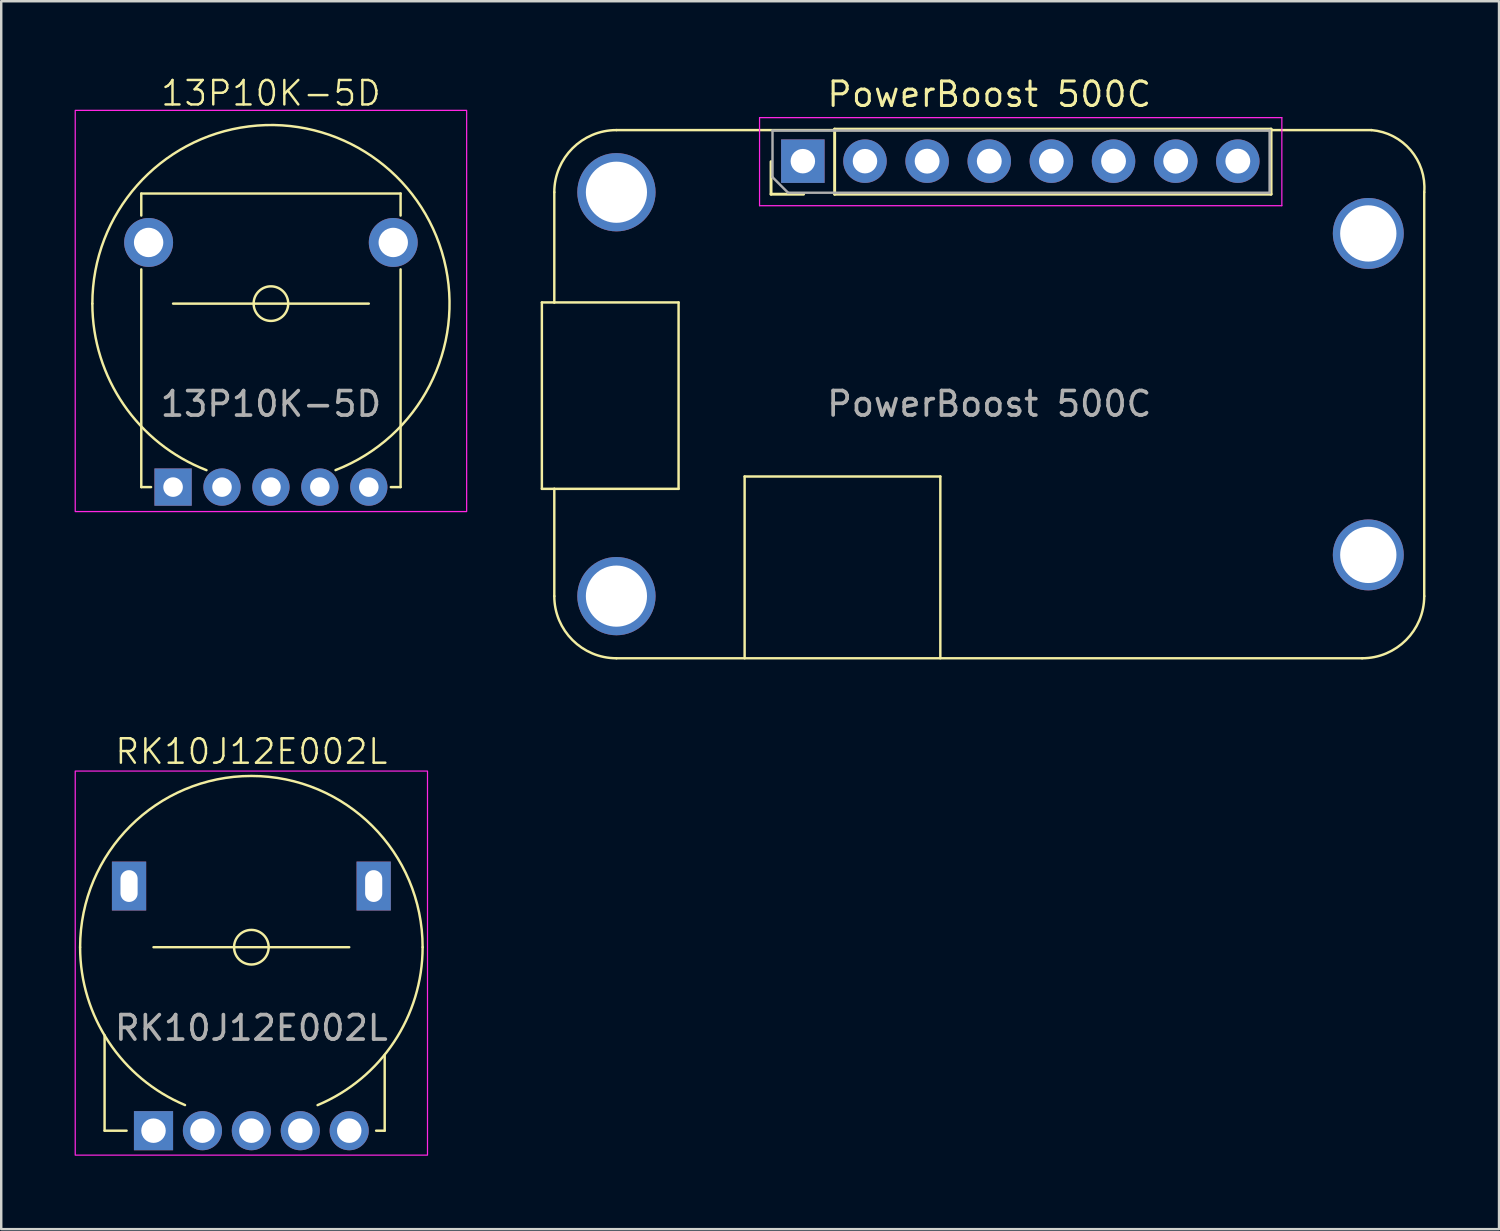
<source format=kicad_pcb>
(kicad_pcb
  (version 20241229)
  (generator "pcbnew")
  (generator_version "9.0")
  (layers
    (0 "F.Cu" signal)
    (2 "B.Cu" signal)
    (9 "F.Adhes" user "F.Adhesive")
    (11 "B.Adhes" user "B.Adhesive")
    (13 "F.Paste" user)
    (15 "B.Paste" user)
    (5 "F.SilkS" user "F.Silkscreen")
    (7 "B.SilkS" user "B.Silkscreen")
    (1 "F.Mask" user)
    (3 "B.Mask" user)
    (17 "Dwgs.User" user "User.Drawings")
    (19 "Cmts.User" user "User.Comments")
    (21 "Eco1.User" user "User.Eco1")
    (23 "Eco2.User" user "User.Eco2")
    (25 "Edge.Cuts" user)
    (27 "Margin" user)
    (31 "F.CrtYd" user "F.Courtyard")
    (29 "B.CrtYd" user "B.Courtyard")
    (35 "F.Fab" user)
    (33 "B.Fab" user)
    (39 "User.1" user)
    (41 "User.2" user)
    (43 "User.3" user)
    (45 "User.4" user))
  (footprint "RK10J12E002L"
    (layer "F.Cu")
    (at 7.225 28.169)
    (property "Reference" "RK10J12E002L" (at 0 -0.5 0) (unlocked yes) (layer "F.SilkS") (effects (font (size 1 1) (thickness 0.1))))
    (attr through_hole)
    (fp_line (start -6 15) (end -6 11.1) (stroke (width 0.1) (type default)) (layer "F.SilkS"))
    (fp_line (start -6 15) (end -5.1 15) (stroke (width 0.1) (type default)) (layer "F.SilkS"))
    (fp_line (start 4 7.5) (end -4 7.5) (stroke (width 0.1) (type default)) (layer "F.SilkS"))
    (fp_line (start 5.45 15) (end 5.1 15) (stroke (width 0.1) (type default)) (layer "F.SilkS"))
    (fp_line (start 5.45 15) (end 5.45 11.9) (stroke (width 0.1) (type default)) (layer "F.SilkS"))
    (fp_arc (start -7 7.5) (mid 0 0.5) (end 7 7.5) (stroke (width 0.1) (type default)) (layer "F.SilkS"))
    (fp_arc (start -2.712217 13.953207) (mid -5.830331 11.373918) (end -7 7.5) (stroke (width 0.1) (type default)) (layer "F.SilkS"))
    (fp_arc (start 7 7.5) (mid 5.828791 11.376235) (end 2.707087 13.955361) (stroke (width 0.1) (type default)) (layer "F.SilkS"))
    (fp_circle (center 0 7.5) (end 0.5 8) (stroke (width 0.1) (type default)) (fill no) (layer "F.SilkS"))
    (fp_rect (start -7.2 0.3) (end 7.2 16) (stroke (width 0.05) (type default)) (fill no) (layer "F.CrtYd"))
    (fp_text user "${REFERENCE}" (at 0 10.8 0) (unlocked yes) (layer "F.Fab") (effects (font (size 1 1) (thickness 0.15))))
    (pad "1" thru_hole rect (at -4 15) (size 1.6 1.6) (drill 1) (layers "*.Cu" "*.Mask"))
    (pad "2" thru_hole circle (at -2 15) (size 1.6 1.6) (drill 1) (layers "*.Cu" "*.Mask"))
    (pad "3" thru_hole circle (at 0 15) (size 1.6 1.6) (drill 1) (layers "*.Cu" "*.Mask"))
    (pad "4" thru_hole circle (at 2 15) (size 1.6 1.6) (drill 1) (layers "*.Cu" "*.Mask"))
    (pad "5" thru_hole circle (at 4 15) (size 1.6 1.6) (drill 1) (layers "*.Cu" "*.Mask"))
    (pad "6" thru_hole rect (at 5 5) (size 1.4 2) (drill oval 0.7 1.3) (layers "*.Cu" "*.Mask"))
    (pad "7" thru_hole rect (at -5 5) (size 1.4 2) (drill oval 0.7 1.3) (layers "*.Cu" "*.Mask")))
  (footprint "13P10K-5D"
    (layer "F.Cu")
    (at 8.025 1.861)
    (property "Reference" "13P10K-5D" (at 0 -1.1 0) (unlocked yes) (layer "F.SilkS") (effects (font (size 1 1) (thickness 0.1))))
    (attr through_hole)
    (fp_line (start -5.3 3) (end 5.3 3) (stroke (width 0.1) (type default)) (layer "F.SilkS"))
    (fp_line (start -5.3 3.9) (end -5.3 3) (stroke (width 0.1) (type default)) (layer "F.SilkS"))
    (fp_line (start -5.3 15) (end -5.3 6.1) (stroke (width 0.1) (type default)) (layer "F.SilkS"))
    (fp_line (start -5.3 15) (end -4.9 15) (stroke (width 0.1) (type default)) (layer "F.SilkS"))
    (fp_line (start 4 7.5) (end -4 7.5) (stroke (width 0.1) (type default)) (layer "F.SilkS"))
    (fp_line (start 5.3 3) (end 5.3 3.9) (stroke (width 0.1) (type default)) (layer "F.SilkS"))
    (fp_line (start 5.3 15) (end 4.9 15) (stroke (width 0.1) (type default)) (layer "F.SilkS"))
    (fp_line (start 5.3 15) (end 5.3 6.1) (stroke (width 0.1) (type default)) (layer "F.SilkS"))
    (fp_arc (start -7.3 7.5) (mid 4.123774 1.47634) (end 2.640955 14.305539) (stroke (width 0.1) (type default)) (layer "F.SilkS"))
    (fp_arc (start -2.635257 14.307747) (mid -6.021934 11.626295) (end -7.3 7.5) (stroke (width 0.1) (type default)) (layer "F.SilkS"))
    (fp_circle (center 0 7.5) (end 0.5 8) (stroke (width 0.1) (type default)) (fill no) (layer "F.SilkS"))
    (fp_rect (start -8 -0.4) (end 8 16) (stroke (width 0.05) (type default)) (fill no) (layer "F.CrtYd"))
    (fp_text user "${REFERENCE}" (at 0 11.6 0) (unlocked yes) (layer "F.Fab") (effects (font (size 1 1) (thickness 0.15))))
    (pad "1" thru_hole rect (at -4 15) (size 1.524 1.524) (drill 0.8) (layers "*.Cu" "*.Mask"))
    (pad "2" thru_hole circle (at -2 15) (size 1.524 1.524) (drill 0.8) (layers "*.Cu" "*.Mask"))
    (pad "3" thru_hole circle (at 0 15) (size 1.524 1.524) (drill 0.8) (layers "*.Cu" "*.Mask"))
    (pad "4" thru_hole circle (at 2 15) (size 1.524 1.524) (drill 0.8) (layers "*.Cu" "*.Mask"))
    (pad "5" thru_hole circle (at 4 15) (size 1.524 1.524) (drill 0.8) (layers "*.Cu" "*.Mask"))
    (pad "6" thru_hole circle (at 5 5) (size 2 2) (drill 1.2) (layers "*.Cu" "*.Mask"))
    (pad "7" thru_hole circle (at -5 5) (size 2 2) (drill 1.2) (layers "*.Cu" "*.Mask")))
  (footprint "PowerBoost 500C"
    (layer "F.Cu")
    (at 37.388 13.123)
    (property "Reference" "PowerBoost 500C" (at 0 -12.319 0) (unlocked yes) (layer "F.SilkS") (effects (font (size 1 1) (thickness 0.125))))
    (attr through_hole)
    (fp_line (start -18.288 -3.81) (end -18.288 3.81) (stroke (width 0.1) (type default)) (layer "F.SilkS"))
    (fp_line (start -18.288 -3.81) (end -17.78 -3.81) (stroke (width 0.1) (type default)) (layer "F.SilkS"))
    (fp_line (start -18.288 3.81) (end -17.78 3.81) (stroke (width 0.1) (type default)) (layer "F.SilkS"))
    (fp_line (start -17.78 -8.315) (end -17.78 -3.81) (stroke (width 0.1) (type default)) (layer "F.SilkS"))
    (fp_line (start -17.78 -3.81) (end -12.7 -3.81) (stroke (width 0.1) (type default)) (layer "F.SilkS"))
    (fp_line (start -17.78 3.81) (end -17.78 8.195) (stroke (width 0.1) (type default)) (layer "F.SilkS"))
    (fp_line (start -15.24 10.735) (end 15.24 10.735) (stroke (width 0.1) (type solid)) (layer "F.SilkS"))
    (fp_line (start -12.7 -3.81) (end -12.7 3.81) (stroke (width 0.1) (type default)) (layer "F.SilkS"))
    (fp_line (start -12.7 3.81) (end -17.78 3.81) (stroke (width 0.1) (type default)) (layer "F.SilkS"))
    (fp_line (start -10 3.305) (end -2 3.305) (stroke (width 0.1) (type default)) (layer "F.SilkS"))
    (fp_line (start -10 10.735) (end -10 3.305) (stroke (width 0.1) (type default)) (layer "F.SilkS"))
    (fp_line (start -8.92 -8.235) (end -8.92 -9.565) (stroke (width 0.12) (type solid)) (layer "F.SilkS"))
    (fp_line (start -7.59 -8.235) (end -8.92 -8.235) (stroke (width 0.12) (type solid)) (layer "F.SilkS"))
    (fp_line (start -6.32 -10.895) (end 11.52 -10.895) (stroke (width 0.12) (type solid)) (layer "F.SilkS"))
    (fp_line (start -6.32 -8.235) (end -6.32 -10.895) (stroke (width 0.12) (type solid)) (layer "F.SilkS"))
    (fp_line (start -6.32 -8.235) (end 11.52 -8.235) (stroke (width 0.12) (type solid)) (layer "F.SilkS"))
    (fp_line (start -2 3.305) (end -2 10.735) (stroke (width 0.1) (type default)) (layer "F.SilkS"))
    (fp_line (start 11.52 -8.235) (end 11.52 -10.895) (stroke (width 0.12) (type solid)) (layer "F.SilkS"))
    (fp_line (start 15.621 -10.855) (end -15.24 -10.855) (stroke (width 0.1) (type solid)) (layer "F.SilkS"))
    (fp_line (start 17.78 8.195) (end 17.78 -8.315) (stroke (width 0.1) (type solid)) (layer "F.SilkS"))
    (fp_arc (start -17.78 -8.315) (mid -17.036042 -10.111042) (end -15.24 -10.855) (stroke (width 0.1) (type solid)) (layer "F.SilkS"))
    (fp_arc (start -15.24 10.735) (mid -17.036073 9.991073) (end -17.78 8.195) (stroke (width 0.1) (type solid)) (layer "F.SilkS"))
    (fp_arc (start 15.621 -10.855) (mid 17.226528 -10.032119) (end 17.78 -8.315) (stroke (width 0.1) (type solid)) (layer "F.SilkS"))
    (fp_arc (start 17.78 8.195) (mid 17.03606 9.99106) (end 15.24 10.735) (stroke (width 0.1) (type solid)) (layer "F.SilkS"))
    (fp_line (start -9.39 -11.365) (end -9.39 -7.765) (stroke (width 0.05) (type solid)) (layer "F.CrtYd"))
    (fp_line (start -9.39 -7.765) (end 11.96 -7.765) (stroke (width 0.05) (type solid)) (layer "F.CrtYd"))
    (fp_line (start 11.96 -11.365) (end -9.39 -11.365) (stroke (width 0.05) (type solid)) (layer "F.CrtYd"))
    (fp_line (start 11.96 -7.765) (end 11.96 -11.365) (stroke (width 0.05) (type solid)) (layer "F.CrtYd"))
    (fp_line (start -8.86 -10.835) (end 11.46 -10.835) (stroke (width 0.1) (type solid)) (layer "F.Fab"))
    (fp_line (start -8.86 -8.93) (end -8.86 -10.835) (stroke (width 0.1) (type solid)) (layer "F.Fab"))
    (fp_line (start -8.225 -8.295) (end -8.86 -8.93) (stroke (width 0.1) (type solid)) (layer "F.Fab"))
    (fp_line (start 11.46 -10.835) (end 11.46 -8.295) (stroke (width 0.1) (type solid)) (layer "F.Fab"))
    (fp_line (start 11.46 -8.295) (end -8.225 -8.295) (stroke (width 0.1) (type solid)) (layer "F.Fab"))
    (fp_text user "${REFERENCE}" (at 0 0.335 180) (layer "F.Fab") (effects (font (size 1 1) (thickness 0.15))))
    (pad "" thru_hole circle (at -15.24 -8.315) (size 3.2 3.2) (drill 2.5) (layers "*.Cu" "*.Mask"))
    (pad "" thru_hole circle (at -15.24 8.195) (size 3.2 3.2) (drill 2.5) (layers "*.Cu" "*.Mask"))
    (pad "" thru_hole circle (at 15.494 -6.63 270) (size 2.9 2.9) (drill 2.3) (layers "*.Cu" "*.Mask"))
    (pad "" thru_hole circle (at 15.494 6.51 90) (size 2.9 2.9) (drill 2.3) (layers "*.Cu" "*.Mask"))
    (pad "1" thru_hole rect (at -7.62 -9.585 90) (size 1.778 1.778) (drill 1) (layers "*.Cu" "*.Mask"))
    (pad "2" thru_hole circle (at -5.08 -9.585 90) (size 1.778 1.778) (drill 1) (layers "*.Cu" "*.Mask"))
    (pad "3" thru_hole circle (at -2.54 -9.585 90) (size 1.778 1.778) (drill 1.016) (layers "*.Cu" "*.Mask"))
    (pad "4" thru_hole circle (at 0 -9.585 90) (size 1.778 1.778) (drill 1.016) (layers "*.Cu" "*.Mask"))
    (pad "5" thru_hole circle (at 2.54 -9.585 90) (size 1.778 1.778) (drill 1.016) (layers "*.Cu" "*.Mask"))
    (pad "6" thru_hole circle (at 5.08 -9.585 90) (size 1.778 1.778) (drill 1.016) (layers "*.Cu" "*.Mask"))
    (pad "7" thru_hole circle (at 7.62 -9.585 90) (size 1.778 1.778) (drill 1.016) (layers "*.Cu" "*.Mask"))
    (pad "8" thru_hole circle (at 10.16 -9.585 90) (size 1.778 1.778) (drill 1.016) (layers "*.Cu" "*.Mask")))
  (gr_rect
    (start -3 -3)
    (end 58.226 47.194)
    (stroke (width 0.1) (type default))
    (fill no)
    (layer "Edge.Cuts")))
</source>
